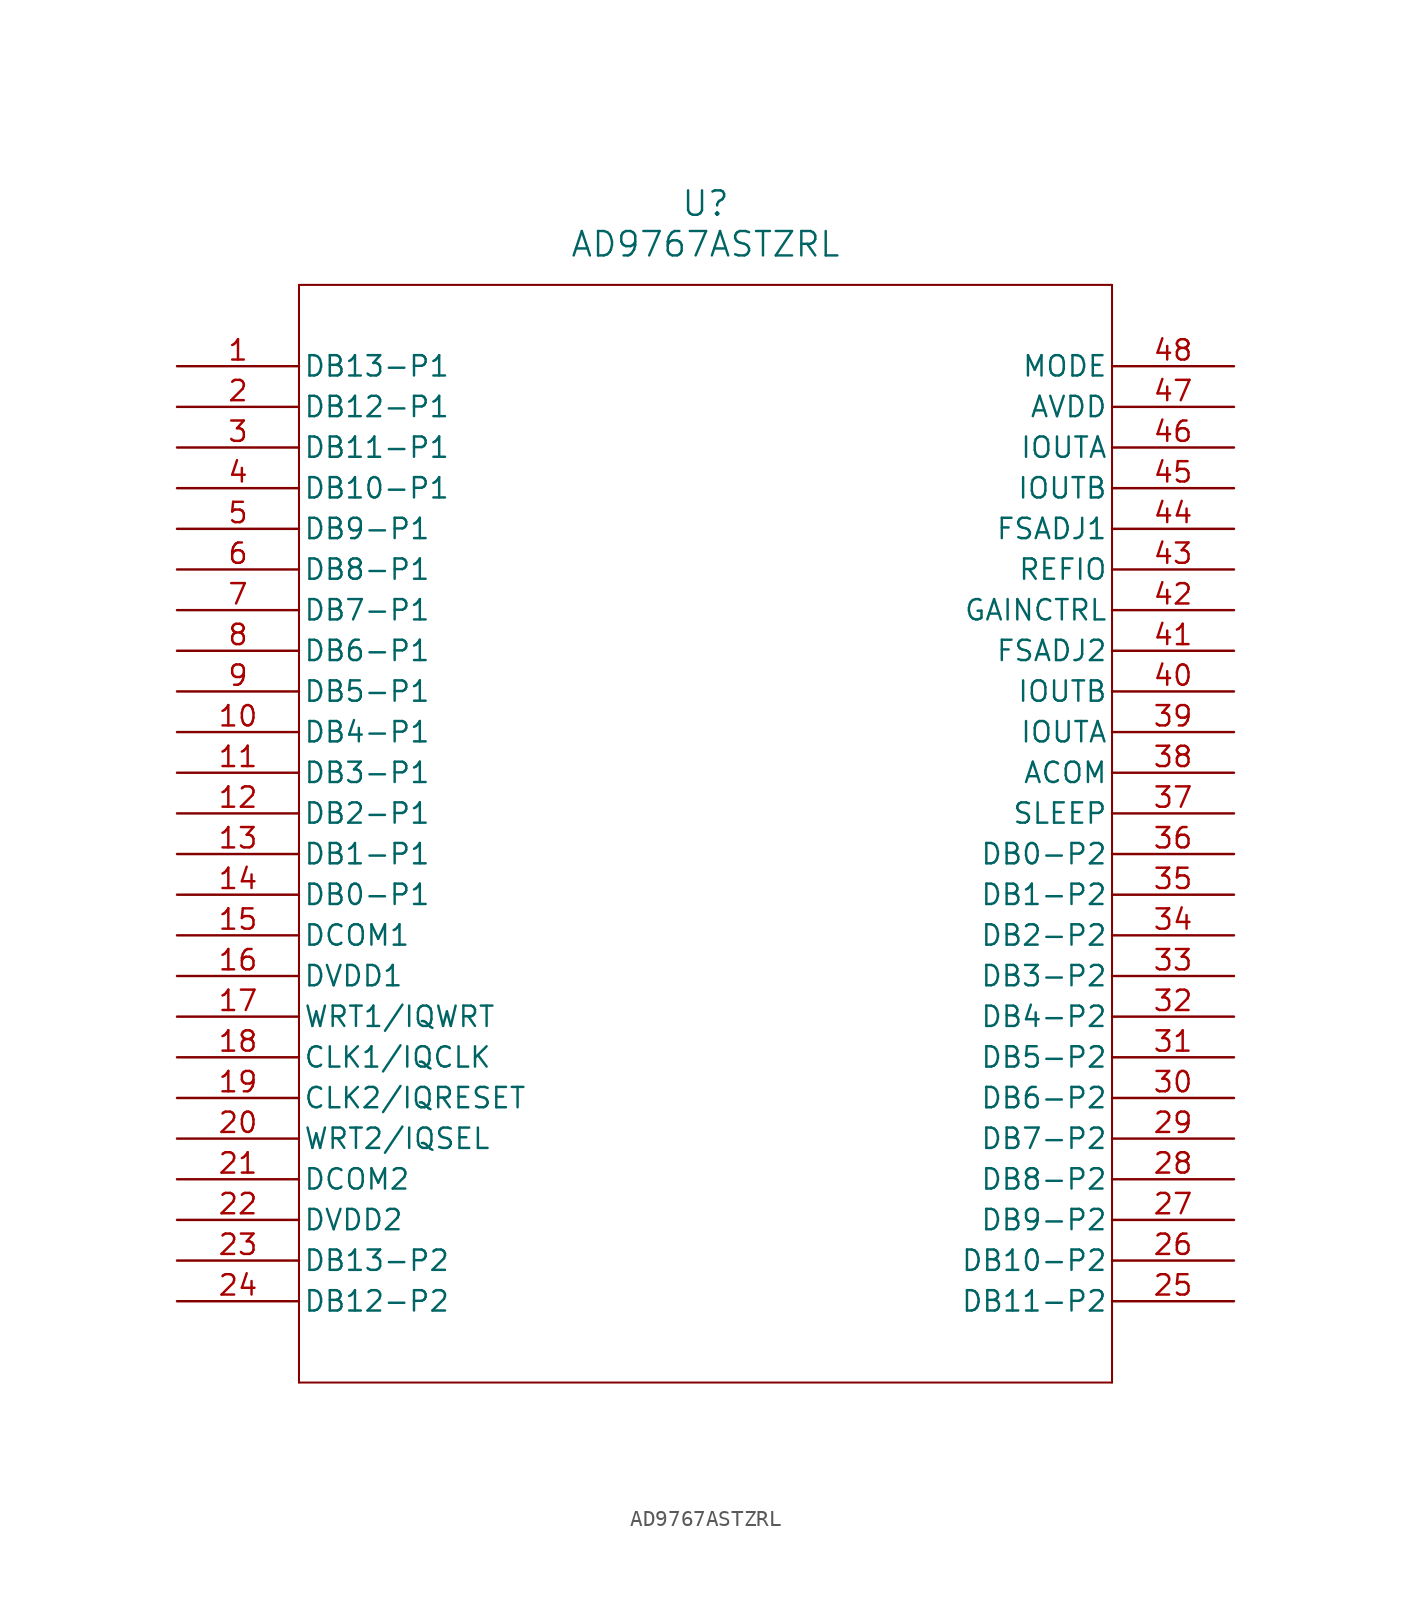
<source format=kicad_sym>
(kicad_symbol_lib
  (version 20211014)
  (generator kicad_symbol_editor)
  (symbol "AD9767ASTZRL"
    (pin_names
      (offset 0.254))
    (property "Reference" "U"
      (at 33.02 10.16 0)
      (effects (font (size 1.524 1.524))))
    (property "Value" "AD9767ASTZRL"
      (at 33.02 7.62 0)
      (effects (font (size 1.524 1.524))))
    (symbol "AD9767ASTZRL_0_1"
      (polyline (pts (xy 7.62 5.08) (xy 7.62 -63.5)) (stroke (width 0.127) (type default) (color 0 0 0 0)) (fill (type none)))
      (polyline (pts (xy 7.62 -63.5) (xy 58.42 -63.5)) (stroke (width 0.127) (type default) (color 0 0 0 0)) (fill (type none)))
      (polyline (pts (xy 58.42 -63.5) (xy 58.42 5.08)) (stroke (width 0.127) (type default) (color 0 0 0 0)) (fill (type none)))
      (polyline (pts (xy 58.42 5.08) (xy 7.62 5.08)) (stroke (width 0.127) (type default) (color 0 0 0 0)) (fill (type none)))
      (pin unspecified line (at 0 0 0) (length 7.62) (name "DB13-P1" (effects (font (size 1.27 1.27)))) (number "1" (effects (font (size 1.27 1.27)))))
      (pin unspecified line (at 0 -2.54 0) (length 7.62) (name "DB12-P1" (effects (font (size 1.27 1.27)))) (number "2" (effects (font (size 1.27 1.27)))))
      (pin unspecified line (at 0 -5.08 0) (length 7.62) (name "DB11-P1" (effects (font (size 1.27 1.27)))) (number "3" (effects (font (size 1.27 1.27)))))
      (pin unspecified line (at 0 -7.62 0) (length 7.62) (name "DB10-P1" (effects (font (size 1.27 1.27)))) (number "4" (effects (font (size 1.27 1.27)))))
      (pin unspecified line (at 0 -10.16 0) (length 7.62) (name "DB9-P1" (effects (font (size 1.27 1.27)))) (number "5" (effects (font (size 1.27 1.27)))))
      (pin unspecified line (at 0 -12.7 0) (length 7.62) (name "DB8-P1" (effects (font (size 1.27 1.27)))) (number "6" (effects (font (size 1.27 1.27)))))
      (pin unspecified line (at 0 -15.24 0) (length 7.62) (name "DB7-P1" (effects (font (size 1.27 1.27)))) (number "7" (effects (font (size 1.27 1.27)))))
      (pin unspecified line (at 0 -17.78 0) (length 7.62) (name "DB6-P1" (effects (font (size 1.27 1.27)))) (number "8" (effects (font (size 1.27 1.27)))))
      (pin unspecified line (at 0 -20.32 0) (length 7.62) (name "DB5-P1" (effects (font (size 1.27 1.27)))) (number "9" (effects (font (size 1.27 1.27)))))
      (pin unspecified line (at 0 -22.86 0) (length 7.62) (name "DB4-P1" (effects (font (size 1.27 1.27)))) (number "10" (effects (font (size 1.27 1.27)))))
      (pin unspecified line (at 0 -25.4 0) (length 7.62) (name "DB3-P1" (effects (font (size 1.27 1.27)))) (number "11" (effects (font (size 1.27 1.27)))))
      (pin unspecified line (at 0 -27.94 0) (length 7.62) (name "DB2-P1" (effects (font (size 1.27 1.27)))) (number "12" (effects (font (size 1.27 1.27)))))
      (pin unspecified line (at 0 -30.48 0) (length 7.62) (name "DB1-P1" (effects (font (size 1.27 1.27)))) (number "13" (effects (font (size 1.27 1.27)))))
      (pin unspecified line (at 0 -33.02 0) (length 7.62) (name "DB0-P1" (effects (font (size 1.27 1.27)))) (number "14" (effects (font (size 1.27 1.27)))))
      (pin unspecified line (at 0 -35.56 0) (length 7.62) (name "DCOM1" (effects (font (size 1.27 1.27)))) (number "15" (effects (font (size 1.27 1.27)))))
      (pin power_in line (at 0 -38.1 0) (length 7.62) (name "DVDD1" (effects (font (size 1.27 1.27)))) (number "16" (effects (font (size 1.27 1.27)))))
      (pin unspecified line (at 0 -40.64 0) (length 7.62) (name "WRT1/IQWRT" (effects (font (size 1.27 1.27)))) (number "17" (effects (font (size 1.27 1.27)))))
      (pin unspecified line (at 0 -43.18 0) (length 7.62) (name "CLK1/IQCLK" (effects (font (size 1.27 1.27)))) (number "18" (effects (font (size 1.27 1.27)))))
      (pin unspecified line (at 0 -45.72 0) (length 7.62) (name "CLK2/IQRESET" (effects (font (size 1.27 1.27)))) (number "19" (effects (font (size 1.27 1.27)))))
      (pin unspecified line (at 0 -48.26 0) (length 7.62) (name "WRT2/IQSEL" (effects (font (size 1.27 1.27)))) (number "20" (effects (font (size 1.27 1.27)))))
      (pin unspecified line (at 0 -50.8 0) (length 7.62) (name "DCOM2" (effects (font (size 1.27 1.27)))) (number "21" (effects (font (size 1.27 1.27)))))
      (pin power_in line (at 0 -53.34 0) (length 7.62) (name "DVDD2" (effects (font (size 1.27 1.27)))) (number "22" (effects (font (size 1.27 1.27)))))
      (pin unspecified line (at 0 -55.88 0) (length 7.62) (name "DB13-P2" (effects (font (size 1.27 1.27)))) (number "23" (effects (font (size 1.27 1.27)))))
      (pin unspecified line (at 0 -58.42 0) (length 7.62) (name "DB12-P2" (effects (font (size 1.27 1.27)))) (number "24" (effects (font (size 1.27 1.27)))))
      (pin unspecified line (at 66.04 -58.42 180) (length 7.62) (name "DB11-P2" (effects (font (size 1.27 1.27)))) (number "25" (effects (font (size 1.27 1.27)))))
      (pin unspecified line (at 66.04 -55.88 180) (length 7.62) (name "DB10-P2" (effects (font (size 1.27 1.27)))) (number "26" (effects (font (size 1.27 1.27)))))
      (pin unspecified line (at 66.04 -53.34 180) (length 7.62) (name "DB9-P2" (effects (font (size 1.27 1.27)))) (number "27" (effects (font (size 1.27 1.27)))))
      (pin unspecified line (at 66.04 -50.8 180) (length 7.62) (name "DB8-P2" (effects (font (size 1.27 1.27)))) (number "28" (effects (font (size 1.27 1.27)))))
      (pin unspecified line (at 66.04 -48.26 180) (length 7.62) (name "DB7-P2" (effects (font (size 1.27 1.27)))) (number "29" (effects (font (size 1.27 1.27)))))
      (pin unspecified line (at 66.04 -45.72 180) (length 7.62) (name "DB6-P2" (effects (font (size 1.27 1.27)))) (number "30" (effects (font (size 1.27 1.27)))))
      (pin unspecified line (at 66.04 -43.18 180) (length 7.62) (name "DB5-P2" (effects (font (size 1.27 1.27)))) (number "31" (effects (font (size 1.27 1.27)))))
      (pin unspecified line (at 66.04 -40.64 180) (length 7.62) (name "DB4-P2" (effects (font (size 1.27 1.27)))) (number "32" (effects (font (size 1.27 1.27)))))
      (pin unspecified line (at 66.04 -38.1 180) (length 7.62) (name "DB3-P2" (effects (font (size 1.27 1.27)))) (number "33" (effects (font (size 1.27 1.27)))))
      (pin unspecified line (at 66.04 -35.56 180) (length 7.62) (name "DB2-P2" (effects (font (size 1.27 1.27)))) (number "34" (effects (font (size 1.27 1.27)))))
      (pin unspecified line (at 66.04 -33.02 180) (length 7.62) (name "DB1-P2" (effects (font (size 1.27 1.27)))) (number "35" (effects (font (size 1.27 1.27)))))
      (pin unspecified line (at 66.04 -30.48 180) (length 7.62) (name "DB0-P2" (effects (font (size 1.27 1.27)))) (number "36" (effects (font (size 1.27 1.27)))))
      (pin unspecified line (at 66.04 -27.94 180) (length 7.62) (name "SLEEP" (effects (font (size 1.27 1.27)))) (number "37" (effects (font (size 1.27 1.27)))))
      (pin unspecified line (at 66.04 -25.4 180) (length 7.62) (name "ACOM" (effects (font (size 1.27 1.27)))) (number "38" (effects (font (size 1.27 1.27)))))
      (pin unspecified line (at 66.04 -22.86 180) (length 7.62) (name "IOUTA" (effects (font (size 1.27 1.27)))) (number "39" (effects (font (size 1.27 1.27)))))
      (pin unspecified line (at 66.04 -20.32 180) (length 7.62) (name "IOUTB" (effects (font (size 1.27 1.27)))) (number "40" (effects (font (size 1.27 1.27)))))
      (pin unspecified line (at 66.04 -17.78 180) (length 7.62) (name "FSADJ2" (effects (font (size 1.27 1.27)))) (number "41" (effects (font (size 1.27 1.27)))))
      (pin unspecified line (at 66.04 -15.24 180) (length 7.62) (name "GAINCTRL" (effects (font (size 1.27 1.27)))) (number "42" (effects (font (size 1.27 1.27)))))
      (pin unspecified line (at 66.04 -12.7 180) (length 7.62) (name "REFIO" (effects (font (size 1.27 1.27)))) (number "43" (effects (font (size 1.27 1.27)))))
      (pin unspecified line (at 66.04 -10.16 180) (length 7.62) (name "FSADJ1" (effects (font (size 1.27 1.27)))) (number "44" (effects (font (size 1.27 1.27)))))
      (pin unspecified line (at 66.04 -7.62 180) (length 7.62) (name "IOUTB" (effects (font (size 1.27 1.27)))) (number "45" (effects (font (size 1.27 1.27)))))
      (pin unspecified line (at 66.04 -5.08 180) (length 7.62) (name "IOUTA" (effects (font (size 1.27 1.27)))) (number "46" (effects (font (size 1.27 1.27)))))
      (pin power_in line (at 66.04 -2.54 180) (length 7.62) (name "AVDD" (effects (font (size 1.27 1.27)))) (number "47" (effects (font (size 1.27 1.27)))))
      (pin unspecified line (at 66.04 0 180) (length 7.62) (name "MODE" (effects (font (size 1.27 1.27)))) (number "48" (effects (font (size 1.27 1.27))))))))
</source>
